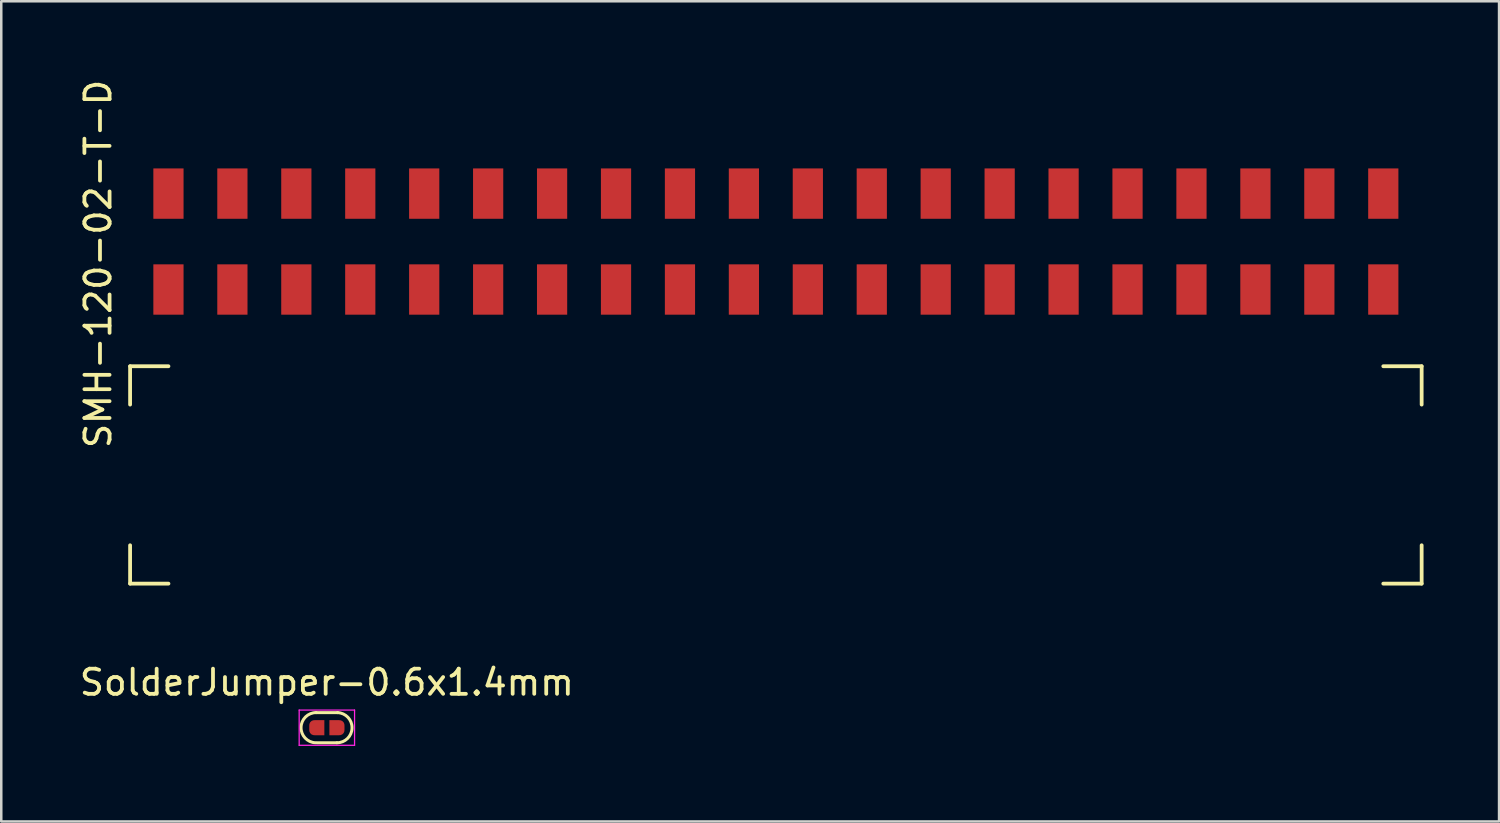
<source format=kicad_pcb>
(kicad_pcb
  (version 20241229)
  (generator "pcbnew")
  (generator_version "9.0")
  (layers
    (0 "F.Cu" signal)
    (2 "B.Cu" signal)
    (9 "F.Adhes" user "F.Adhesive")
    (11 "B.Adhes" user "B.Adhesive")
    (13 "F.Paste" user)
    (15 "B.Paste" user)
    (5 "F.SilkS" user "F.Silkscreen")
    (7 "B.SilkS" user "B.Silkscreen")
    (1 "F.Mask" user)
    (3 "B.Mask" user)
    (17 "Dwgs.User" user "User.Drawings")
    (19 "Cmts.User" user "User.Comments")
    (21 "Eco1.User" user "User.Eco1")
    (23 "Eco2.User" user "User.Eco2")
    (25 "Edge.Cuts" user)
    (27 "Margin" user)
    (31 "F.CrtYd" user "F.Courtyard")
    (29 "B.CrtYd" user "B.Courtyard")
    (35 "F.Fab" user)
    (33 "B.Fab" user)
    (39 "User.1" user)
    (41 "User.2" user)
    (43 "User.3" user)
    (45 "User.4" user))
  (footprint "SMH-120-02-T-D"
    (layer "F.Cu")
    (at 3.642 3.879)
    (property "Reference" "SMH-120-02-T-D" (at -2.794 3.556 90) (layer "F.SilkS") (effects (font (size 1 1) (thickness 0.15))))
    (attr through_hole)
    (fp_line (start -1.524 7.62) (end -1.524 9.144) (stroke (width 0.15) (type solid)) (layer "F.SilkS"))
    (fp_line (start -1.524 7.62) (end 0 7.62) (stroke (width 0.15) (type solid)) (layer "F.SilkS"))
    (fp_line (start -1.524 16.256) (end -1.524 14.732) (stroke (width 0.15) (type solid)) (layer "F.SilkS"))
    (fp_line (start -1.524 16.256) (end 0 16.256) (stroke (width 0.15) (type solid)) (layer "F.SilkS"))
    (fp_line (start 49.784 7.62) (end 48.26 7.62) (stroke (width 0.15) (type solid)) (layer "F.SilkS"))
    (fp_line (start 49.784 7.62) (end 49.784 9.144) (stroke (width 0.15) (type solid)) (layer "F.SilkS"))
    (fp_line (start 49.784 16.256) (end 48.26 16.256) (stroke (width 0.15) (type solid)) (layer "F.SilkS"))
    (fp_line (start 49.784 16.256) (end 49.784 14.732) (stroke (width 0.15) (type solid)) (layer "F.SilkS"))
    (pad "1" smd rect (at 0 0.762) (size 1.2 2) (layers "F.Cu" "F.Mask" "F.Paste"))
    (pad "2" smd rect (at 0 4.572) (size 1.2 2) (layers "F.Cu" "F.Mask" "F.Paste"))
    (pad "3" smd rect (at 2.54 0.762) (size 1.2 2) (layers "F.Cu" "F.Mask" "F.Paste"))
    (pad "4" smd rect (at 2.54 4.572) (size 1.2 2) (layers "F.Cu" "F.Mask" "F.Paste"))
    (pad "5" smd rect (at 5.08 0.762) (size 1.2 2) (layers "F.Cu" "F.Mask" "F.Paste"))
    (pad "6" smd rect (at 5.08 4.572) (size 1.2 2) (layers "F.Cu" "F.Mask" "F.Paste"))
    (pad "7" smd rect (at 7.62 0.762) (size 1.2 2) (layers "F.Cu" "F.Mask" "F.Paste"))
    (pad "8" smd rect (at 7.62 4.572) (size 1.2 2) (layers "F.Cu" "F.Mask" "F.Paste"))
    (pad "9" smd rect (at 10.16 0.762) (size 1.2 2) (layers "F.Cu" "F.Mask" "F.Paste"))
    (pad "10" smd rect (at 10.16 4.572) (size 1.2 2) (layers "F.Cu" "F.Mask" "F.Paste"))
    (pad "11" smd rect (at 12.7 0.762) (size 1.2 2) (layers "F.Cu" "F.Mask" "F.Paste"))
    (pad "12" smd rect (at 12.7 4.572) (size 1.2 2) (layers "F.Cu" "F.Mask" "F.Paste"))
    (pad "13" smd rect (at 15.24 0.762) (size 1.2 2) (layers "F.Cu" "F.Mask" "F.Paste"))
    (pad "14" smd rect (at 15.24 4.572) (size 1.2 2) (layers "F.Cu" "F.Mask" "F.Paste"))
    (pad "15" smd rect (at 17.78 0.762) (size 1.2 2) (layers "F.Cu" "F.Mask" "F.Paste"))
    (pad "16" smd rect (at 17.78 4.572) (size 1.2 2) (layers "F.Cu" "F.Mask" "F.Paste"))
    (pad "17" smd rect (at 20.32 0.762) (size 1.2 2) (layers "F.Cu" "F.Mask" "F.Paste"))
    (pad "18" smd rect (at 20.32 4.572) (size 1.2 2) (layers "F.Cu" "F.Mask" "F.Paste"))
    (pad "19" smd rect (at 22.86 0.762) (size 1.2 2) (layers "F.Cu" "F.Mask" "F.Paste"))
    (pad "20" smd rect (at 22.86 4.572) (size 1.2 2) (layers "F.Cu" "F.Mask" "F.Paste"))
    (pad "21" smd rect (at 25.4 0.762) (size 1.2 2) (layers "F.Cu" "F.Mask" "F.Paste"))
    (pad "22" smd rect (at 25.4 4.572) (size 1.2 2) (layers "F.Cu" "F.Mask" "F.Paste"))
    (pad "23" smd rect (at 27.94 0.762) (size 1.2 2) (layers "F.Cu" "F.Mask" "F.Paste"))
    (pad "24" smd rect (at 27.94 4.572) (size 1.2 2) (layers "F.Cu" "F.Mask" "F.Paste"))
    (pad "25" smd rect (at 30.48 0.762) (size 1.2 2) (layers "F.Cu" "F.Mask" "F.Paste"))
    (pad "26" smd rect (at 30.48 4.572) (size 1.2 2) (layers "F.Cu" "F.Mask" "F.Paste"))
    (pad "27" smd rect (at 33.02 0.762) (size 1.2 2) (layers "F.Cu" "F.Mask" "F.Paste"))
    (pad "28" smd rect (at 33.02 4.572) (size 1.2 2) (layers "F.Cu" "F.Mask" "F.Paste"))
    (pad "29" smd rect (at 35.56 0.762) (size 1.2 2) (layers "F.Cu" "F.Mask" "F.Paste"))
    (pad "30" smd rect (at 35.56 4.572) (size 1.2 2) (layers "F.Cu" "F.Mask" "F.Paste"))
    (pad "31" smd rect (at 38.1 0.762) (size 1.2 2) (layers "F.Cu" "F.Mask" "F.Paste"))
    (pad "32" smd rect (at 38.1 4.572) (size 1.2 2) (layers "F.Cu" "F.Mask" "F.Paste"))
    (pad "33" smd rect (at 40.64 0.762) (size 1.2 2) (layers "F.Cu" "F.Mask" "F.Paste"))
    (pad "34" smd rect (at 40.64 4.572) (size 1.2 2) (layers "F.Cu" "F.Mask" "F.Paste"))
    (pad "35" smd rect (at 43.18 0.762) (size 1.2 2) (layers "F.Cu" "F.Mask" "F.Paste"))
    (pad "36" smd rect (at 43.18 4.572) (size 1.2 2) (layers "F.Cu" "F.Mask" "F.Paste"))
    (pad "37" smd rect (at 45.72 0.762) (size 1.2 2) (layers "F.Cu" "F.Mask" "F.Paste"))
    (pad "38" smd rect (at 45.72 4.572) (size 1.2 2) (layers "F.Cu" "F.Mask" "F.Paste"))
    (pad "39" smd rect (at 48.26 0.762) (size 1.2 2) (layers "F.Cu" "F.Mask" "F.Paste"))
    (pad "40" smd rect (at 48.26 4.572) (size 1.2 2) (layers "F.Cu" "F.Mask" "F.Paste")))
  (footprint "SolderJumper-0.6x1.4mm"
    (layer "F.Cu")
    (at 9.935 25.858)
    (property "Reference" "SolderJumper-0.6x1.4mm" (at 0 -1.8 0) (layer "F.SilkS") (effects (font (size 1 1) (thickness 0.15))))
    (attr exclude_from_pos_files exclude_from_bom)
    (fp_line (start 0.4 0.6) (end -0.4 0.6) (stroke (width 0.12) (type solid)) (layer "F.SilkS"))
    (fp_line (start 0.425 -0.599) (end -0.425 -0.599) (stroke (width 0.12) (type solid)) (layer "F.SilkS"))
    (fp_arc (start -0.450525 0.599474) (mid -1.025269 -0.012565) (end -0.4254 -0.6) (stroke (width 0.12) (type solid)) (layer "F.SilkS"))
    (fp_arc (start 0.425125 -0.599474) (mid 0.999869 0.012565) (end 0.4 0.6) (stroke (width 0.12) (type solid)) (layer "F.SilkS"))
    (fp_line (start -1.1 -0.7) (end -1.1 0.7) (stroke (width 0.05) (type solid)) (layer "F.CrtYd"))
    (fp_line (start -1.1 -0.7) (end 1.1 -0.7) (stroke (width 0.05) (type solid)) (layer "F.CrtYd"))
    (fp_line (start 1.1 0.7) (end -1.1 0.7) (stroke (width 0.05) (type solid)) (layer "F.CrtYd"))
    (fp_line (start 1.1 0.7) (end 1.1 -0.7) (stroke (width 0.05) (type solid)) (layer "F.CrtYd"))
    (pad "1" smd custom (at -0.4 0 180) (size 0.6 0.2) (layers "F.Cu" "F.Mask") (options (anchor rect)) (primitives (gr_circle (center 0.1 0.1) (end 0.3 0.1) (width 0) (fill yes)) (gr_circle (center 0.1 -0.1) (end 0.3 -0.1) (width 0) (fill yes)) (gr_poly (pts (xy 0.1 -0.3) (xy -0.3 -0.3) (xy -0.3 0.3) (xy 0.1 0.3)) (width 0) (fill yes))))
    (pad "2" smd custom (at 0.4 0) (size 0.6 0.2) (layers "F.Cu" "F.Mask") (options (anchor rect)) (primitives (gr_circle (center 0.1 0.1) (end 0.3 0.1) (width 0) (fill yes)) (gr_circle (center 0.1 -0.1) (end 0.3 -0.1) (width 0) (fill yes)) (gr_poly (pts (xy 0.1 -0.3) (xy -0.3 -0.3) (xy -0.3 0.3) (xy 0.1 0.3)) (width 0) (fill yes)))))
  (gr_rect
    (start -3 -3)
    (end 56.501 29.583)
    (stroke (width 0.1) (type default))
    (fill no)
    (layer "Edge.Cuts")))
</source>
